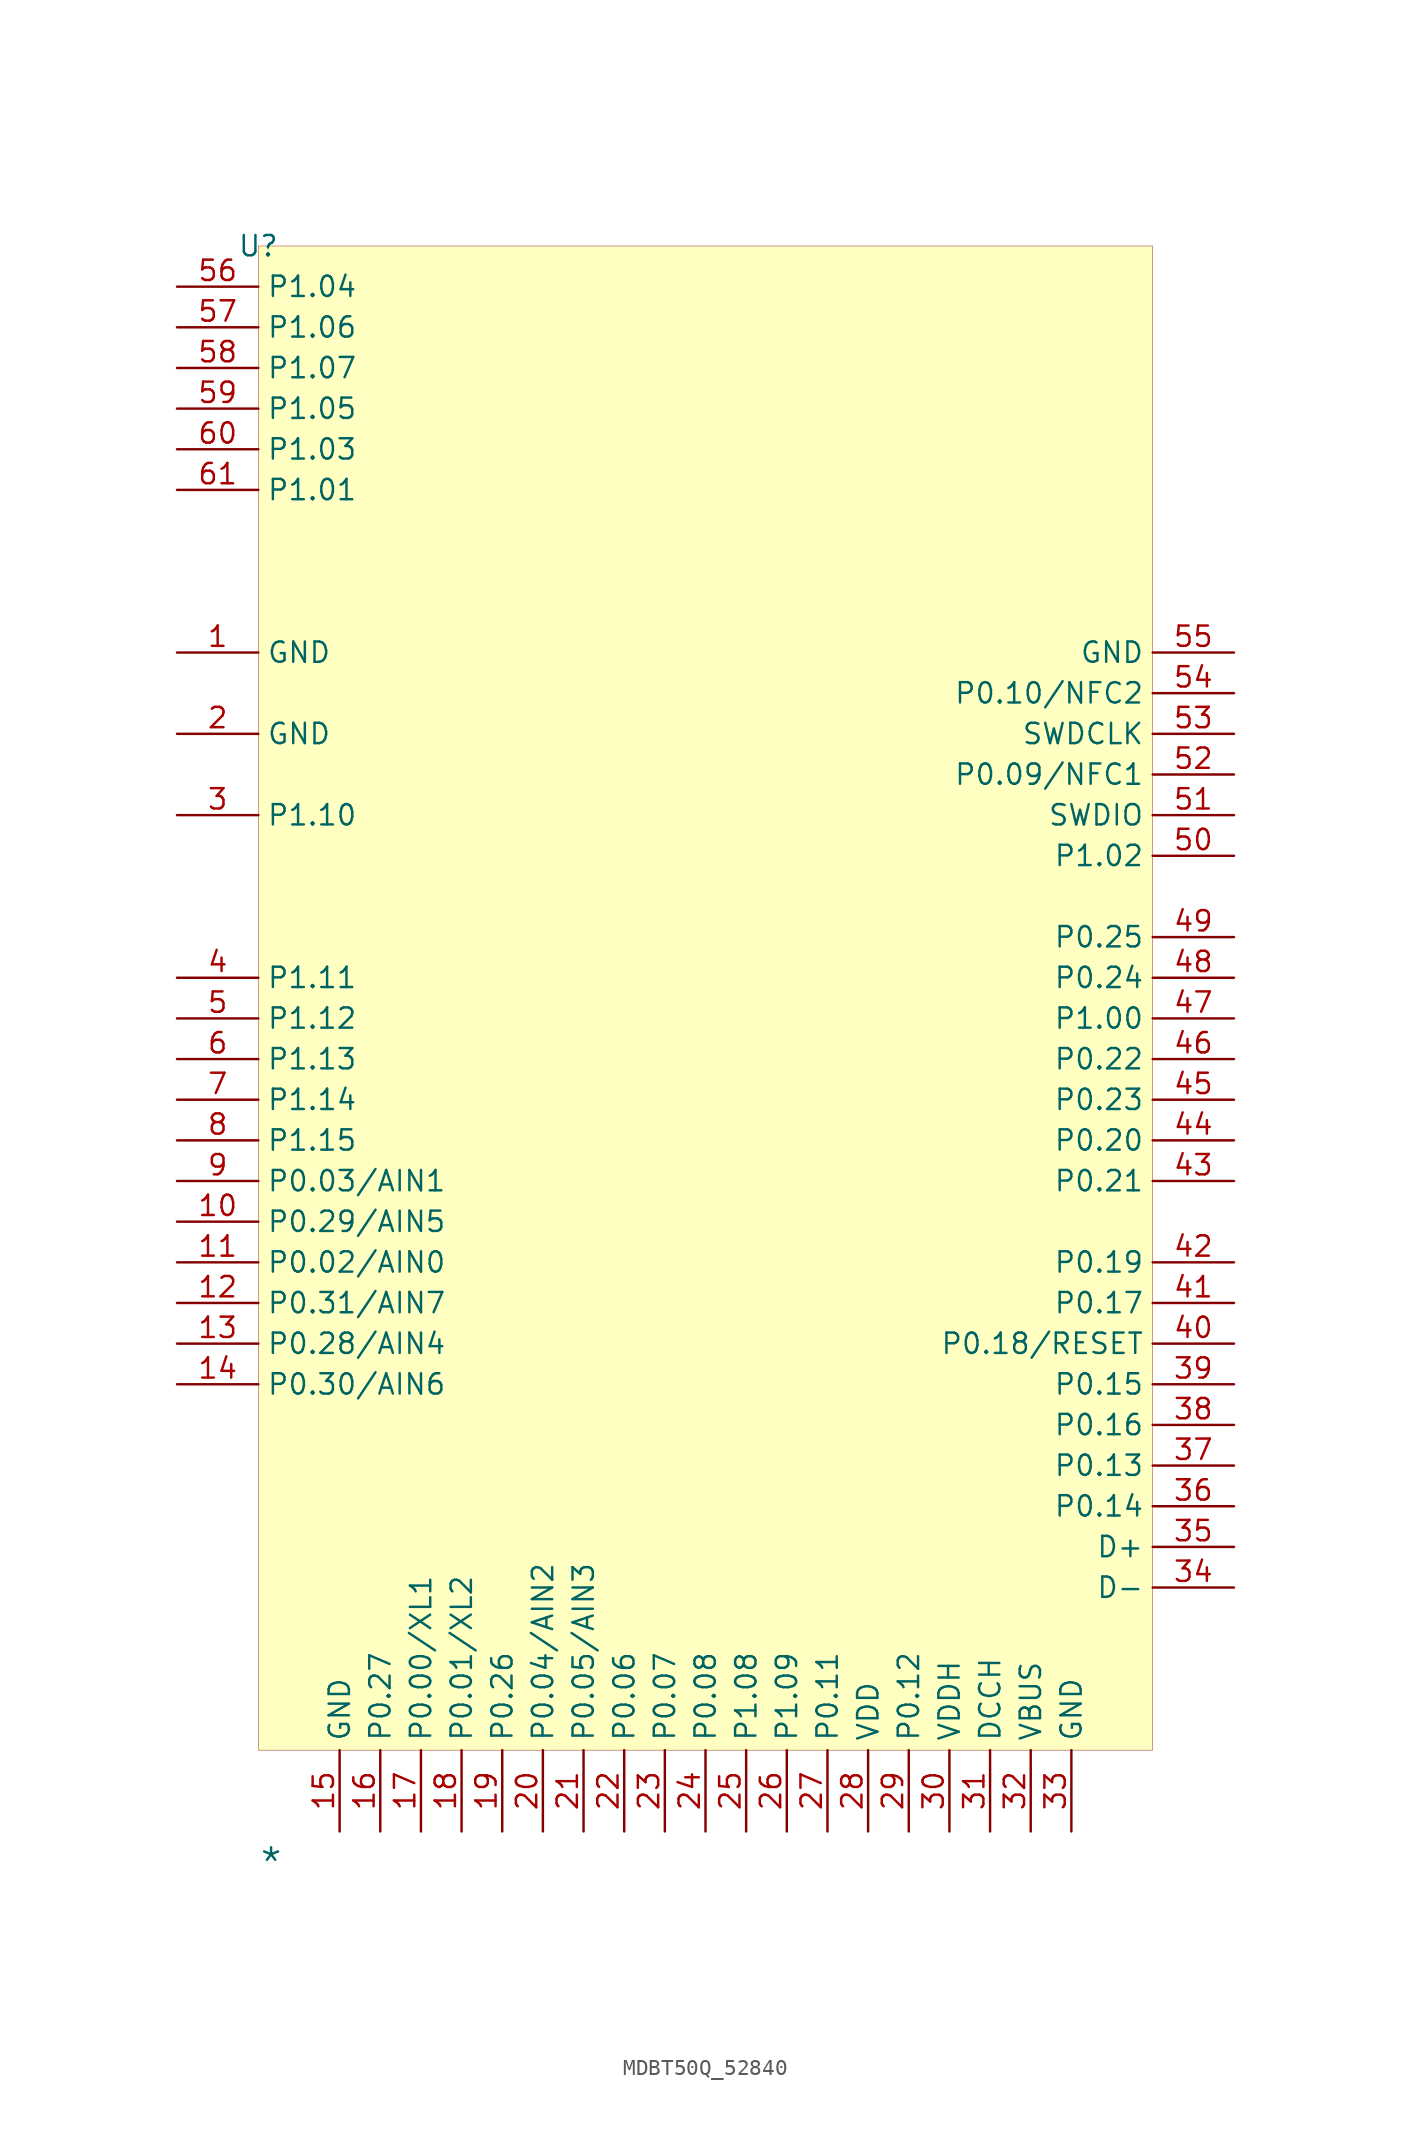
<source format=kicad_sym>
(kicad_symbol_lib
  (version 20231120)
  (generator "kicad_symbol_editor")
  (generator_version "8.0")
  (symbol "MDBT50Q_52840"
    (property "Reference" "U"
      (at -27.94 48.26 0)
      (effects (font (size 1.27 1.27))))
    (property "Value" "*"
      (at -27.94 -53.848 0)
      (effects (font (size 1.829 1.829)) (justify left bottom)))
    (symbol "MDBT50Q_52840_1_0"
      (rectangle (start -27.94 48.26) (end 27.94 -45.72) (stroke (width 0.025) (type solid)) (fill (type background)))
      (pin passive line (at -33.02 22.86 0) (length 5.08) (name "GND" (effects (font (size 1.27 1.27)))) (number "1" (effects (font (size 1.27 1.27)))))
      (pin passive line (at -33.02 -12.7 0) (length 5.08) (name "P0.29/AIN5" (effects (font (size 1.27 1.27)))) (number "10" (effects (font (size 1.27 1.27)))))
      (pin passive line (at -33.02 -15.24 0) (length 5.08) (name "P0.02/AIN0" (effects (font (size 1.27 1.27)))) (number "11" (effects (font (size 1.27 1.27)))))
      (pin passive line (at -33.02 -17.78 0) (length 5.08) (name "P0.31/AIN7" (effects (font (size 1.27 1.27)))) (number "12" (effects (font (size 1.27 1.27)))))
      (pin passive line (at -33.02 -20.32 0) (length 5.08) (name "P0.28/AIN4" (effects (font (size 1.27 1.27)))) (number "13" (effects (font (size 1.27 1.27)))))
      (pin passive line (at -33.02 -22.86 0) (length 5.08) (name "P0.30/AIN6" (effects (font (size 1.27 1.27)))) (number "14" (effects (font (size 1.27 1.27)))))
      (pin passive line (at -22.86 -50.8 90) (length 5.08) (name "GND" (effects (font (size 1.27 1.27)))) (number "15" (effects (font (size 1.27 1.27)))))
      (pin passive line (at -20.32 -50.8 90) (length 5.08) (name "P0.27" (effects (font (size 1.27 1.27)))) (number "16" (effects (font (size 1.27 1.27)))))
      (pin passive line (at -17.78 -50.8 90) (length 5.08) (name "P0.00/XL1" (effects (font (size 1.27 1.27)))) (number "17" (effects (font (size 1.27 1.27)))))
      (pin passive line (at -15.24 -50.8 90) (length 5.08) (name "P0.01/XL2" (effects (font (size 1.27 1.27)))) (number "18" (effects (font (size 1.27 1.27)))))
      (pin passive line (at -12.7 -50.8 90) (length 5.08) (name "P0.26" (effects (font (size 1.27 1.27)))) (number "19" (effects (font (size 1.27 1.27)))))
      (pin passive line (at -33.02 17.78 0) (length 5.08) (name "GND" (effects (font (size 1.27 1.27)))) (number "2" (effects (font (size 1.27 1.27)))))
      (pin passive line (at -10.16 -50.8 90) (length 5.08) (name "P0.04/AIN2" (effects (font (size 1.27 1.27)))) (number "20" (effects (font (size 1.27 1.27)))))
      (pin passive line (at -7.62 -50.8 90) (length 5.08) (name "P0.05/AIN3" (effects (font (size 1.27 1.27)))) (number "21" (effects (font (size 1.27 1.27)))))
      (pin passive line (at -5.08 -50.8 90) (length 5.08) (name "P0.06" (effects (font (size 1.27 1.27)))) (number "22" (effects (font (size 1.27 1.27)))))
      (pin passive line (at -2.54 -50.8 90) (length 5.08) (name "P0.07" (effects (font (size 1.27 1.27)))) (number "23" (effects (font (size 1.27 1.27)))))
      (pin passive line (at 0 -50.8 90) (length 5.08) (name "P0.08" (effects (font (size 1.27 1.27)))) (number "24" (effects (font (size 1.27 1.27)))))
      (pin passive line (at 2.54 -50.8 90) (length 5.08) (name "P1.08" (effects (font (size 1.27 1.27)))) (number "25" (effects (font (size 1.27 1.27)))))
      (pin passive line (at 5.08 -50.8 90) (length 5.08) (name "P1.09" (effects (font (size 1.27 1.27)))) (number "26" (effects (font (size 1.27 1.27)))))
      (pin passive line (at 7.62 -50.8 90) (length 5.08) (name "P0.11" (effects (font (size 1.27 1.27)))) (number "27" (effects (font (size 1.27 1.27)))))
      (pin passive line (at 10.16 -50.8 90) (length 5.08) (name "VDD" (effects (font (size 1.27 1.27)))) (number "28" (effects (font (size 1.27 1.27)))))
      (pin passive line (at 12.7 -50.8 90) (length 5.08) (name "P0.12" (effects (font (size 1.27 1.27)))) (number "29" (effects (font (size 1.27 1.27)))))
      (pin passive line (at -33.02 12.7 0) (length 5.08) (name "P1.10" (effects (font (size 1.27 1.27)))) (number "3" (effects (font (size 1.27 1.27)))))
      (pin passive line (at 15.24 -50.8 90) (length 5.08) (name "VDDH" (effects (font (size 1.27 1.27)))) (number "30" (effects (font (size 1.27 1.27)))))
      (pin passive line (at 17.78 -50.8 90) (length 5.08) (name "DCCH" (effects (font (size 1.27 1.27)))) (number "31" (effects (font (size 1.27 1.27)))))
      (pin passive line (at 20.32 -50.8 90) (length 5.08) (name "VBUS" (effects (font (size 1.27 1.27)))) (number "32" (effects (font (size 1.27 1.27)))))
      (pin passive line (at 22.86 -50.8 90) (length 5.08) (name "GND" (effects (font (size 1.27 1.27)))) (number "33" (effects (font (size 1.27 1.27)))))
      (pin passive line (at 33.02 -35.56 180) (length 5.08) (name "D-" (effects (font (size 1.27 1.27)))) (number "34" (effects (font (size 1.27 1.27)))))
      (pin passive line (at 33.02 -33.02 180) (length 5.08) (name "D+" (effects (font (size 1.27 1.27)))) (number "35" (effects (font (size 1.27 1.27)))))
      (pin passive line (at 33.02 -30.48 180) (length 5.08) (name "P0.14" (effects (font (size 1.27 1.27)))) (number "36" (effects (font (size 1.27 1.27)))))
      (pin passive line (at 33.02 -27.94 180) (length 5.08) (name "P0.13" (effects (font (size 1.27 1.27)))) (number "37" (effects (font (size 1.27 1.27)))))
      (pin passive line (at 33.02 -25.4 180) (length 5.08) (name "P0.16" (effects (font (size 1.27 1.27)))) (number "38" (effects (font (size 1.27 1.27)))))
      (pin passive line (at 33.02 -22.86 180) (length 5.08) (name "P0.15" (effects (font (size 1.27 1.27)))) (number "39" (effects (font (size 1.27 1.27)))))
      (pin passive line (at -33.02 2.54 0) (length 5.08) (name "P1.11" (effects (font (size 1.27 1.27)))) (number "4" (effects (font (size 1.27 1.27)))))
      (pin passive line (at 33.02 -20.32 180) (length 5.08) (name "P0.18/RESET" (effects (font (size 1.27 1.27)))) (number "40" (effects (font (size 1.27 1.27)))))
      (pin passive line (at 33.02 -17.78 180) (length 5.08) (name "P0.17" (effects (font (size 1.27 1.27)))) (number "41" (effects (font (size 1.27 1.27)))))
      (pin passive line (at 33.02 -15.24 180) (length 5.08) (name "P0.19" (effects (font (size 1.27 1.27)))) (number "42" (effects (font (size 1.27 1.27)))))
      (pin passive line (at 33.02 -10.16 180) (length 5.08) (name "P0.21" (effects (font (size 1.27 1.27)))) (number "43" (effects (font (size 1.27 1.27)))))
      (pin passive line (at 33.02 -7.62 180) (length 5.08) (name "P0.20" (effects (font (size 1.27 1.27)))) (number "44" (effects (font (size 1.27 1.27)))))
      (pin passive line (at 33.02 -5.08 180) (length 5.08) (name "P0.23" (effects (font (size 1.27 1.27)))) (number "45" (effects (font (size 1.27 1.27)))))
      (pin passive line (at 33.02 -2.54 180) (length 5.08) (name "P0.22" (effects (font (size 1.27 1.27)))) (number "46" (effects (font (size 1.27 1.27)))))
      (pin passive line (at 33.02 0 180) (length 5.08) (name "P1.00" (effects (font (size 1.27 1.27)))) (number "47" (effects (font (size 1.27 1.27)))))
      (pin passive line (at 33.02 2.54 180) (length 5.08) (name "P0.24" (effects (font (size 1.27 1.27)))) (number "48" (effects (font (size 1.27 1.27)))))
      (pin passive line (at 33.02 5.08 180) (length 5.08) (name "P0.25" (effects (font (size 1.27 1.27)))) (number "49" (effects (font (size 1.27 1.27)))))
      (pin passive line (at -33.02 0 0) (length 5.08) (name "P1.12" (effects (font (size 1.27 1.27)))) (number "5" (effects (font (size 1.27 1.27)))))
      (pin passive line (at 33.02 10.16 180) (length 5.08) (name "P1.02" (effects (font (size 1.27 1.27)))) (number "50" (effects (font (size 1.27 1.27)))))
      (pin passive line (at 33.02 12.7 180) (length 5.08) (name "SWDIO" (effects (font (size 1.27 1.27)))) (number "51" (effects (font (size 1.27 1.27)))))
      (pin passive line (at 33.02 15.24 180) (length 5.08) (name "P0.09/NFC1" (effects (font (size 1.27 1.27)))) (number "52" (effects (font (size 1.27 1.27)))))
      (pin passive line (at 33.02 17.78 180) (length 5.08) (name "SWDCLK" (effects (font (size 1.27 1.27)))) (number "53" (effects (font (size 1.27 1.27)))))
      (pin passive line (at 33.02 20.32 180) (length 5.08) (name "P0.10/NFC2" (effects (font (size 1.27 1.27)))) (number "54" (effects (font (size 1.27 1.27)))))
      (pin passive line (at 33.02 22.86 180) (length 5.08) (name "GND" (effects (font (size 1.27 1.27)))) (number "55" (effects (font (size 1.27 1.27)))))
      (pin passive line (at -33.02 45.72 0) (length 5.08) (name "P1.04" (effects (font (size 1.27 1.27)))) (number "56" (effects (font (size 1.27 1.27)))))
      (pin passive line (at -33.02 43.18 0) (length 5.08) (name "P1.06" (effects (font (size 1.27 1.27)))) (number "57" (effects (font (size 1.27 1.27)))))
      (pin passive line (at -33.02 40.64 0) (length 5.08) (name "P1.07" (effects (font (size 1.27 1.27)))) (number "58" (effects (font (size 1.27 1.27)))))
      (pin passive line (at -33.02 38.1 0) (length 5.08) (name "P1.05" (effects (font (size 1.27 1.27)))) (number "59" (effects (font (size 1.27 1.27)))))
      (pin passive line (at -33.02 -2.54 0) (length 5.08) (name "P1.13" (effects (font (size 1.27 1.27)))) (number "6" (effects (font (size 1.27 1.27)))))
      (pin passive line (at -33.02 35.56 0) (length 5.08) (name "P1.03" (effects (font (size 1.27 1.27)))) (number "60" (effects (font (size 1.27 1.27)))))
      (pin passive line (at -33.02 33.02 0) (length 5.08) (name "P1.01" (effects (font (size 1.27 1.27)))) (number "61" (effects (font (size 1.27 1.27)))))
      (pin passive line (at -33.02 -5.08 0) (length 5.08) (name "P1.14" (effects (font (size 1.27 1.27)))) (number "7" (effects (font (size 1.27 1.27)))))
      (pin passive line (at -33.02 -7.62 0) (length 5.08) (name "P1.15" (effects (font (size 1.27 1.27)))) (number "8" (effects (font (size 1.27 1.27)))))
      (pin passive line (at -33.02 -10.16 0) (length 5.08) (name "P0.03/AIN1" (effects (font (size 1.27 1.27)))) (number "9" (effects (font (size 1.27 1.27))))))))
</source>
